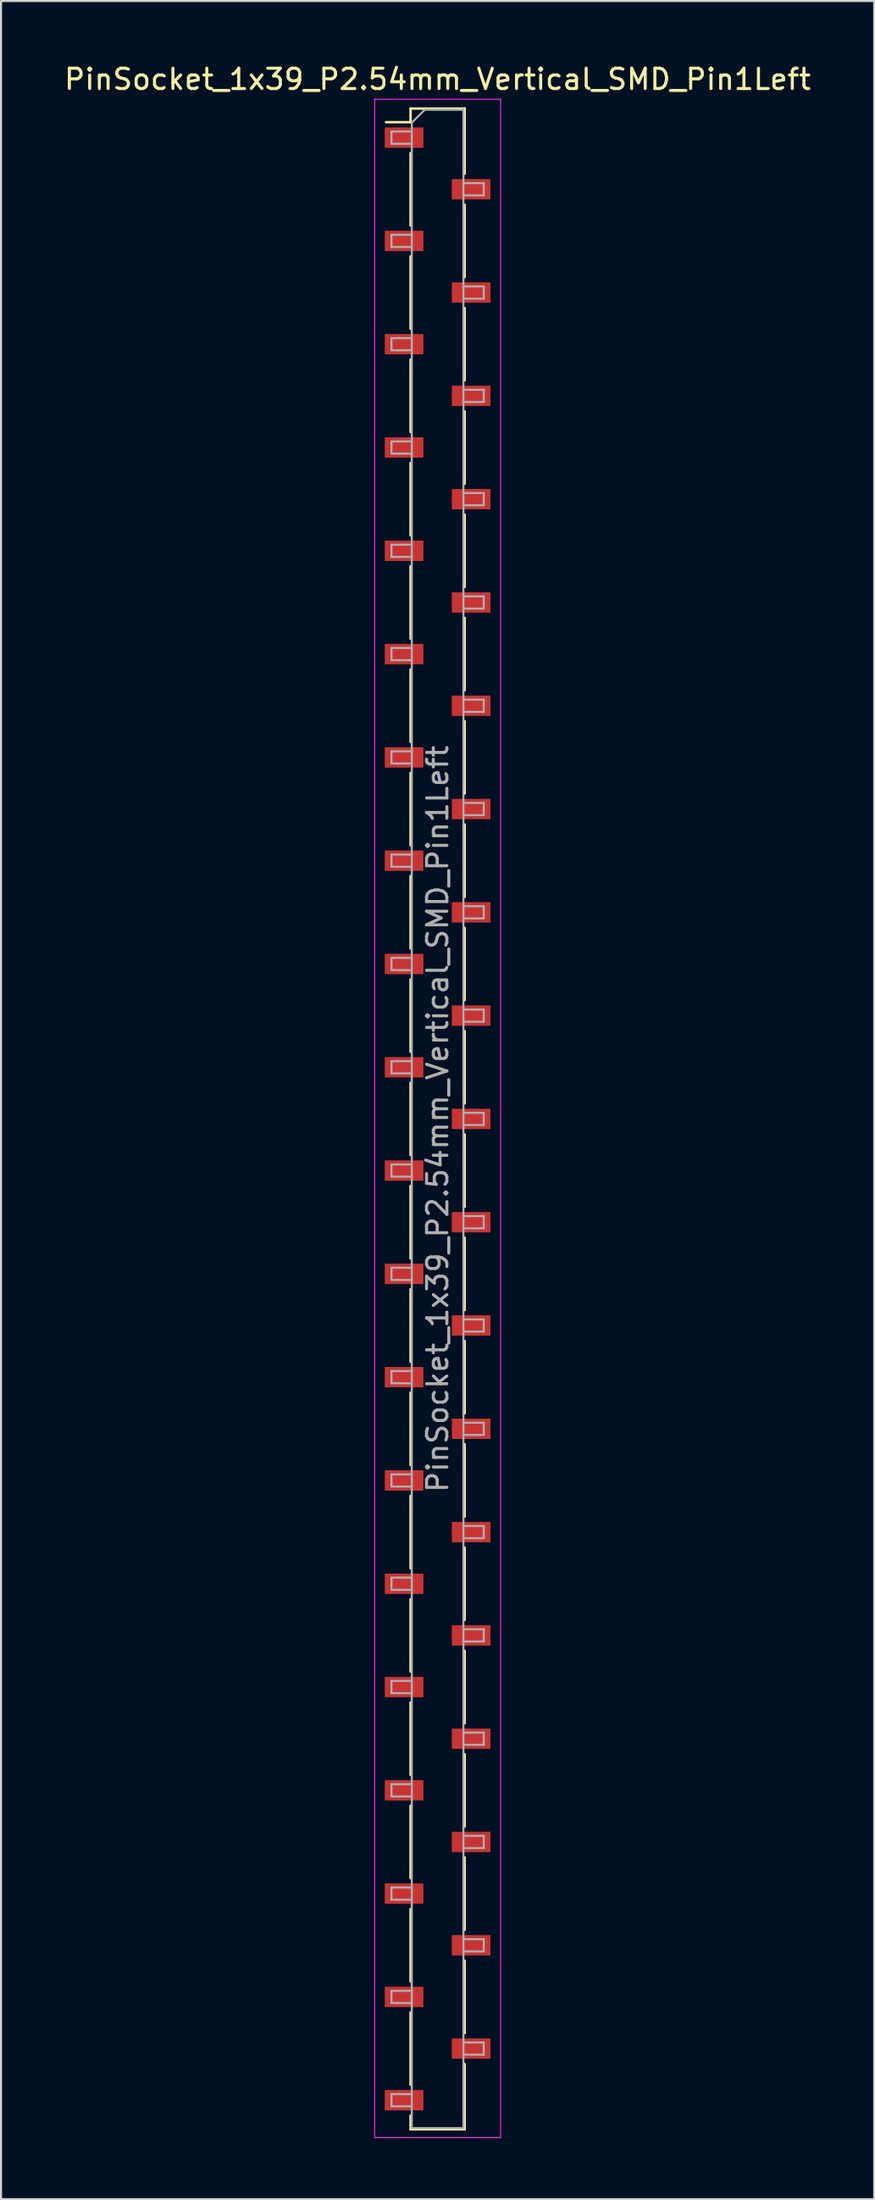
<source format=kicad_pcb>
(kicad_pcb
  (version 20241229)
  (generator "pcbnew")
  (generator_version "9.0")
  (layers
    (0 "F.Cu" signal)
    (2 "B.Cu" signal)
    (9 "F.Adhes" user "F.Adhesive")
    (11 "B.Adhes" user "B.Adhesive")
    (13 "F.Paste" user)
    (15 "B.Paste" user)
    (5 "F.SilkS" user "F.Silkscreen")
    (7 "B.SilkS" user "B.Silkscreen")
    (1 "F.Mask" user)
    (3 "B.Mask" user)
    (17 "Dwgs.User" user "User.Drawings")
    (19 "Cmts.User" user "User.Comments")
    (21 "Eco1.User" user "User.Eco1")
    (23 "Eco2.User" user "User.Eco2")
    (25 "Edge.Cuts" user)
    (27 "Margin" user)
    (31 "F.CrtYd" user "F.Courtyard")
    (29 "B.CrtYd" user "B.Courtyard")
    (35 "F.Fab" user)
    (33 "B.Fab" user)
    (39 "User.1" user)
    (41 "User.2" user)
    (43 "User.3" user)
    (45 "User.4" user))
  (footprint "PinSocket_1x39_P2.54mm_Vertical_SMD_Pin1Left"
    (layer "F.Cu")
    (at 18.482 51.978)
    (property "Reference" "PinSocket_1x39_P2.54mm_Vertical_SMD_Pin1Left" (at 0 -51.13 0) (layer "F.SilkS") (effects (font (size 1 1) (thickness 0.15))))
    (attr smd)
    (fp_line (start -2.54 -49.02) (end -1.33 -49.02) (stroke (width 0.12) (type solid)) (layer "F.SilkS"))
    (fp_line (start -1.33 -49.69) (end -1.33 -49.02) (stroke (width 0.12) (type solid)) (layer "F.SilkS"))
    (fp_line (start -1.33 -49.69) (end 1.33 -49.69) (stroke (width 0.12) (type solid)) (layer "F.SilkS"))
    (fp_line (start -1.33 -47.5) (end -1.33 -43.94) (stroke (width 0.12) (type solid)) (layer "F.SilkS"))
    (fp_line (start -1.33 -42.42) (end -1.33 -38.86) (stroke (width 0.12) (type solid)) (layer "F.SilkS"))
    (fp_line (start -1.33 -37.34) (end -1.33 -33.78) (stroke (width 0.12) (type solid)) (layer "F.SilkS"))
    (fp_line (start -1.33 -32.26) (end -1.33 -28.7) (stroke (width 0.12) (type solid)) (layer "F.SilkS"))
    (fp_line (start -1.33 -27.18) (end -1.33 -23.62) (stroke (width 0.12) (type solid)) (layer "F.SilkS"))
    (fp_line (start -1.33 -22.1) (end -1.33 -18.54) (stroke (width 0.12) (type solid)) (layer "F.SilkS"))
    (fp_line (start -1.33 -17.02) (end -1.33 -13.46) (stroke (width 0.12) (type solid)) (layer "F.SilkS"))
    (fp_line (start -1.33 -11.94) (end -1.33 -8.38) (stroke (width 0.12) (type solid)) (layer "F.SilkS"))
    (fp_line (start -1.33 -6.86) (end -1.33 -3.3) (stroke (width 0.12) (type solid)) (layer "F.SilkS"))
    (fp_line (start -1.33 -1.78) (end -1.33 1.78) (stroke (width 0.12) (type solid)) (layer "F.SilkS"))
    (fp_line (start -1.33 3.3) (end -1.33 6.86) (stroke (width 0.12) (type solid)) (layer "F.SilkS"))
    (fp_line (start -1.33 8.38) (end -1.33 11.94) (stroke (width 0.12) (type solid)) (layer "F.SilkS"))
    (fp_line (start -1.33 13.46) (end -1.33 17.02) (stroke (width 0.12) (type solid)) (layer "F.SilkS"))
    (fp_line (start -1.33 18.54) (end -1.33 22.1) (stroke (width 0.12) (type solid)) (layer "F.SilkS"))
    (fp_line (start -1.33 23.62) (end -1.33 27.18) (stroke (width 0.12) (type solid)) (layer "F.SilkS"))
    (fp_line (start -1.33 28.7) (end -1.33 32.26) (stroke (width 0.12) (type solid)) (layer "F.SilkS"))
    (fp_line (start -1.33 33.78) (end -1.33 37.34) (stroke (width 0.12) (type solid)) (layer "F.SilkS"))
    (fp_line (start -1.33 38.86) (end -1.33 42.42) (stroke (width 0.12) (type solid)) (layer "F.SilkS"))
    (fp_line (start -1.33 43.94) (end -1.33 47.5) (stroke (width 0.12) (type solid)) (layer "F.SilkS"))
    (fp_line (start -1.33 49.02) (end -1.33 49.69) (stroke (width 0.12) (type solid)) (layer "F.SilkS"))
    (fp_line (start -1.33 49.69) (end 1.33 49.69) (stroke (width 0.12) (type solid)) (layer "F.SilkS"))
    (fp_line (start 1.33 -49.69) (end 1.33 -46.48) (stroke (width 0.12) (type solid)) (layer "F.SilkS"))
    (fp_line (start 1.33 -44.96) (end 1.33 -41.4) (stroke (width 0.12) (type solid)) (layer "F.SilkS"))
    (fp_line (start 1.33 -39.88) (end 1.33 -36.32) (stroke (width 0.12) (type solid)) (layer "F.SilkS"))
    (fp_line (start 1.33 -34.8) (end 1.33 -31.24) (stroke (width 0.12) (type solid)) (layer "F.SilkS"))
    (fp_line (start 1.33 -29.72) (end 1.33 -26.16) (stroke (width 0.12) (type solid)) (layer "F.SilkS"))
    (fp_line (start 1.33 -24.64) (end 1.33 -21.08) (stroke (width 0.12) (type solid)) (layer "F.SilkS"))
    (fp_line (start 1.33 -19.56) (end 1.33 -16) (stroke (width 0.12) (type solid)) (layer "F.SilkS"))
    (fp_line (start 1.33 -14.48) (end 1.33 -10.92) (stroke (width 0.12) (type solid)) (layer "F.SilkS"))
    (fp_line (start 1.33 -9.4) (end 1.33 -5.84) (stroke (width 0.12) (type solid)) (layer "F.SilkS"))
    (fp_line (start 1.33 -4.32) (end 1.33 -0.76) (stroke (width 0.12) (type solid)) (layer "F.SilkS"))
    (fp_line (start 1.33 0.76) (end 1.33 4.32) (stroke (width 0.12) (type solid)) (layer "F.SilkS"))
    (fp_line (start 1.33 5.84) (end 1.33 9.4) (stroke (width 0.12) (type solid)) (layer "F.SilkS"))
    (fp_line (start 1.33 10.92) (end 1.33 14.48) (stroke (width 0.12) (type solid)) (layer "F.SilkS"))
    (fp_line (start 1.33 16) (end 1.33 19.56) (stroke (width 0.12) (type solid)) (layer "F.SilkS"))
    (fp_line (start 1.33 21.08) (end 1.33 24.64) (stroke (width 0.12) (type solid)) (layer "F.SilkS"))
    (fp_line (start 1.33 26.16) (end 1.33 29.72) (stroke (width 0.12) (type solid)) (layer "F.SilkS"))
    (fp_line (start 1.33 31.24) (end 1.33 34.8) (stroke (width 0.12) (type solid)) (layer "F.SilkS"))
    (fp_line (start 1.33 36.32) (end 1.33 39.88) (stroke (width 0.12) (type solid)) (layer "F.SilkS"))
    (fp_line (start 1.33 41.4) (end 1.33 44.96) (stroke (width 0.12) (type solid)) (layer "F.SilkS"))
    (fp_line (start 1.33 46.48) (end 1.33 49.69) (stroke (width 0.12) (type solid)) (layer "F.SilkS"))
    (fp_line (start -3.1 -50.15) (end 3.1 -50.15) (stroke (width 0.05) (type solid)) (layer "F.CrtYd"))
    (fp_line (start -3.1 50.1) (end -3.1 -50.15) (stroke (width 0.05) (type solid)) (layer "F.CrtYd"))
    (fp_line (start 3.1 -50.15) (end 3.1 50.1) (stroke (width 0.05) (type solid)) (layer "F.CrtYd"))
    (fp_line (start 3.1 50.1) (end -3.1 50.1) (stroke (width 0.05) (type solid)) (layer "F.CrtYd"))
    (fp_line (start -2.27 -48.56) (end -1.27 -48.56) (stroke (width 0.1) (type solid)) (layer "F.Fab"))
    (fp_line (start -2.27 -47.96) (end -2.27 -48.56) (stroke (width 0.1) (type solid)) (layer "F.Fab"))
    (fp_line (start -2.27 -43.48) (end -1.27 -43.48) (stroke (width 0.1) (type solid)) (layer "F.Fab"))
    (fp_line (start -2.27 -42.88) (end -2.27 -43.48) (stroke (width 0.1) (type solid)) (layer "F.Fab"))
    (fp_line (start -2.27 -38.4) (end -1.27 -38.4) (stroke (width 0.1) (type solid)) (layer "F.Fab"))
    (fp_line (start -2.27 -37.8) (end -2.27 -38.4) (stroke (width 0.1) (type solid)) (layer "F.Fab"))
    (fp_line (start -2.27 -33.32) (end -1.27 -33.32) (stroke (width 0.1) (type solid)) (layer "F.Fab"))
    (fp_line (start -2.27 -32.72) (end -2.27 -33.32) (stroke (width 0.1) (type solid)) (layer "F.Fab"))
    (fp_line (start -2.27 -28.24) (end -1.27 -28.24) (stroke (width 0.1) (type solid)) (layer "F.Fab"))
    (fp_line (start -2.27 -27.64) (end -2.27 -28.24) (stroke (width 0.1) (type solid)) (layer "F.Fab"))
    (fp_line (start -2.27 -23.16) (end -1.27 -23.16) (stroke (width 0.1) (type solid)) (layer "F.Fab"))
    (fp_line (start -2.27 -22.56) (end -2.27 -23.16) (stroke (width 0.1) (type solid)) (layer "F.Fab"))
    (fp_line (start -2.27 -18.08) (end -1.27 -18.08) (stroke (width 0.1) (type solid)) (layer "F.Fab"))
    (fp_line (start -2.27 -17.48) (end -2.27 -18.08) (stroke (width 0.1) (type solid)) (layer "F.Fab"))
    (fp_line (start -2.27 -13) (end -1.27 -13) (stroke (width 0.1) (type solid)) (layer "F.Fab"))
    (fp_line (start -2.27 -12.4) (end -2.27 -13) (stroke (width 0.1) (type solid)) (layer "F.Fab"))
    (fp_line (start -2.27 -7.92) (end -1.27 -7.92) (stroke (width 0.1) (type solid)) (layer "F.Fab"))
    (fp_line (start -2.27 -7.32) (end -2.27 -7.92) (stroke (width 0.1) (type solid)) (layer "F.Fab"))
    (fp_line (start -2.27 -2.84) (end -1.27 -2.84) (stroke (width 0.1) (type solid)) (layer "F.Fab"))
    (fp_line (start -2.27 -2.24) (end -2.27 -2.84) (stroke (width 0.1) (type solid)) (layer "F.Fab"))
    (fp_line (start -2.27 2.24) (end -1.27 2.24) (stroke (width 0.1) (type solid)) (layer "F.Fab"))
    (fp_line (start -2.27 2.84) (end -2.27 2.24) (stroke (width 0.1) (type solid)) (layer "F.Fab"))
    (fp_line (start -2.27 7.32) (end -1.27 7.32) (stroke (width 0.1) (type solid)) (layer "F.Fab"))
    (fp_line (start -2.27 7.92) (end -2.27 7.32) (stroke (width 0.1) (type solid)) (layer "F.Fab"))
    (fp_line (start -2.27 12.4) (end -1.27 12.4) (stroke (width 0.1) (type solid)) (layer "F.Fab"))
    (fp_line (start -2.27 13) (end -2.27 12.4) (stroke (width 0.1) (type solid)) (layer "F.Fab"))
    (fp_line (start -2.27 17.48) (end -1.27 17.48) (stroke (width 0.1) (type solid)) (layer "F.Fab"))
    (fp_line (start -2.27 18.08) (end -2.27 17.48) (stroke (width 0.1) (type solid)) (layer "F.Fab"))
    (fp_line (start -2.27 22.56) (end -1.27 22.56) (stroke (width 0.1) (type solid)) (layer "F.Fab"))
    (fp_line (start -2.27 23.16) (end -2.27 22.56) (stroke (width 0.1) (type solid)) (layer "F.Fab"))
    (fp_line (start -2.27 27.64) (end -1.27 27.64) (stroke (width 0.1) (type solid)) (layer "F.Fab"))
    (fp_line (start -2.27 28.24) (end -2.27 27.64) (stroke (width 0.1) (type solid)) (layer "F.Fab"))
    (fp_line (start -2.27 32.72) (end -1.27 32.72) (stroke (width 0.1) (type solid)) (layer "F.Fab"))
    (fp_line (start -2.27 33.32) (end -2.27 32.72) (stroke (width 0.1) (type solid)) (layer "F.Fab"))
    (fp_line (start -2.27 37.8) (end -1.27 37.8) (stroke (width 0.1) (type solid)) (layer "F.Fab"))
    (fp_line (start -2.27 38.4) (end -2.27 37.8) (stroke (width 0.1) (type solid)) (layer "F.Fab"))
    (fp_line (start -2.27 42.88) (end -1.27 42.88) (stroke (width 0.1) (type solid)) (layer "F.Fab"))
    (fp_line (start -2.27 43.48) (end -2.27 42.88) (stroke (width 0.1) (type solid)) (layer "F.Fab"))
    (fp_line (start -2.27 47.96) (end -1.27 47.96) (stroke (width 0.1) (type solid)) (layer "F.Fab"))
    (fp_line (start -2.27 48.56) (end -2.27 47.96) (stroke (width 0.1) (type solid)) (layer "F.Fab"))
    (fp_line (start -1.27 -48.995) (end -0.635 -49.63) (stroke (width 0.1) (type solid)) (layer "F.Fab"))
    (fp_line (start -1.27 -47.96) (end -2.27 -47.96) (stroke (width 0.1) (type solid)) (layer "F.Fab"))
    (fp_line (start -1.27 -42.88) (end -2.27 -42.88) (stroke (width 0.1) (type solid)) (layer "F.Fab"))
    (fp_line (start -1.27 -37.8) (end -2.27 -37.8) (stroke (width 0.1) (type solid)) (layer "F.Fab"))
    (fp_line (start -1.27 -32.72) (end -2.27 -32.72) (stroke (width 0.1) (type solid)) (layer "F.Fab"))
    (fp_line (start -1.27 -27.64) (end -2.27 -27.64) (stroke (width 0.1) (type solid)) (layer "F.Fab"))
    (fp_line (start -1.27 -22.56) (end -2.27 -22.56) (stroke (width 0.1) (type solid)) (layer "F.Fab"))
    (fp_line (start -1.27 -17.48) (end -2.27 -17.48) (stroke (width 0.1) (type solid)) (layer "F.Fab"))
    (fp_line (start -1.27 -12.4) (end -2.27 -12.4) (stroke (width 0.1) (type solid)) (layer "F.Fab"))
    (fp_line (start -1.27 -7.32) (end -2.27 -7.32) (stroke (width 0.1) (type solid)) (layer "F.Fab"))
    (fp_line (start -1.27 -2.24) (end -2.27 -2.24) (stroke (width 0.1) (type solid)) (layer "F.Fab"))
    (fp_line (start -1.27 2.84) (end -2.27 2.84) (stroke (width 0.1) (type solid)) (layer "F.Fab"))
    (fp_line (start -1.27 7.92) (end -2.27 7.92) (stroke (width 0.1) (type solid)) (layer "F.Fab"))
    (fp_line (start -1.27 13) (end -2.27 13) (stroke (width 0.1) (type solid)) (layer "F.Fab"))
    (fp_line (start -1.27 18.08) (end -2.27 18.08) (stroke (width 0.1) (type solid)) (layer "F.Fab"))
    (fp_line (start -1.27 23.16) (end -2.27 23.16) (stroke (width 0.1) (type solid)) (layer "F.Fab"))
    (fp_line (start -1.27 28.24) (end -2.27 28.24) (stroke (width 0.1) (type solid)) (layer "F.Fab"))
    (fp_line (start -1.27 33.32) (end -2.27 33.32) (stroke (width 0.1) (type solid)) (layer "F.Fab"))
    (fp_line (start -1.27 38.4) (end -2.27 38.4) (stroke (width 0.1) (type solid)) (layer "F.Fab"))
    (fp_line (start -1.27 43.48) (end -2.27 43.48) (stroke (width 0.1) (type solid)) (layer "F.Fab"))
    (fp_line (start -1.27 48.56) (end -2.27 48.56) (stroke (width 0.1) (type solid)) (layer "F.Fab"))
    (fp_line (start -1.27 49.63) (end -1.27 -48.995) (stroke (width 0.1) (type solid)) (layer "F.Fab"))
    (fp_line (start -0.635 -49.63) (end 1.27 -49.63) (stroke (width 0.1) (type solid)) (layer "F.Fab"))
    (fp_line (start 1.27 -49.63) (end 1.27 49.63) (stroke (width 0.1) (type solid)) (layer "F.Fab"))
    (fp_line (start 1.27 -46.02) (end 2.27 -46.02) (stroke (width 0.1) (type solid)) (layer "F.Fab"))
    (fp_line (start 1.27 -40.94) (end 2.27 -40.94) (stroke (width 0.1) (type solid)) (layer "F.Fab"))
    (fp_line (start 1.27 -35.86) (end 2.27 -35.86) (stroke (width 0.1) (type solid)) (layer "F.Fab"))
    (fp_line (start 1.27 -30.78) (end 2.27 -30.78) (stroke (width 0.1) (type solid)) (layer "F.Fab"))
    (fp_line (start 1.27 -25.7) (end 2.27 -25.7) (stroke (width 0.1) (type solid)) (layer "F.Fab"))
    (fp_line (start 1.27 -20.62) (end 2.27 -20.62) (stroke (width 0.1) (type solid)) (layer "F.Fab"))
    (fp_line (start 1.27 -15.54) (end 2.27 -15.54) (stroke (width 0.1) (type solid)) (layer "F.Fab"))
    (fp_line (start 1.27 -10.46) (end 2.27 -10.46) (stroke (width 0.1) (type solid)) (layer "F.Fab"))
    (fp_line (start 1.27 -5.38) (end 2.27 -5.38) (stroke (width 0.1) (type solid)) (layer "F.Fab"))
    (fp_line (start 1.27 -0.3) (end 2.27 -0.3) (stroke (width 0.1) (type solid)) (layer "F.Fab"))
    (fp_line (start 1.27 4.78) (end 2.27 4.78) (stroke (width 0.1) (type solid)) (layer "F.Fab"))
    (fp_line (start 1.27 9.86) (end 2.27 9.86) (stroke (width 0.1) (type solid)) (layer "F.Fab"))
    (fp_line (start 1.27 14.94) (end 2.27 14.94) (stroke (width 0.1) (type solid)) (layer "F.Fab"))
    (fp_line (start 1.27 20.02) (end 2.27 20.02) (stroke (width 0.1) (type solid)) (layer "F.Fab"))
    (fp_line (start 1.27 25.1) (end 2.27 25.1) (stroke (width 0.1) (type solid)) (layer "F.Fab"))
    (fp_line (start 1.27 30.18) (end 2.27 30.18) (stroke (width 0.1) (type solid)) (layer "F.Fab"))
    (fp_line (start 1.27 35.26) (end 2.27 35.26) (stroke (width 0.1) (type solid)) (layer "F.Fab"))
    (fp_line (start 1.27 40.34) (end 2.27 40.34) (stroke (width 0.1) (type solid)) (layer "F.Fab"))
    (fp_line (start 1.27 45.42) (end 2.27 45.42) (stroke (width 0.1) (type solid)) (layer "F.Fab"))
    (fp_line (start 1.27 49.63) (end -1.27 49.63) (stroke (width 0.1) (type solid)) (layer "F.Fab"))
    (fp_line (start 2.27 -46.02) (end 2.27 -45.42) (stroke (width 0.1) (type solid)) (layer "F.Fab"))
    (fp_line (start 2.27 -45.42) (end 1.27 -45.42) (stroke (width 0.1) (type solid)) (layer "F.Fab"))
    (fp_line (start 2.27 -40.94) (end 2.27 -40.34) (stroke (width 0.1) (type solid)) (layer "F.Fab"))
    (fp_line (start 2.27 -40.34) (end 1.27 -40.34) (stroke (width 0.1) (type solid)) (layer "F.Fab"))
    (fp_line (start 2.27 -35.86) (end 2.27 -35.26) (stroke (width 0.1) (type solid)) (layer "F.Fab"))
    (fp_line (start 2.27 -35.26) (end 1.27 -35.26) (stroke (width 0.1) (type solid)) (layer "F.Fab"))
    (fp_line (start 2.27 -30.78) (end 2.27 -30.18) (stroke (width 0.1) (type solid)) (layer "F.Fab"))
    (fp_line (start 2.27 -30.18) (end 1.27 -30.18) (stroke (width 0.1) (type solid)) (layer "F.Fab"))
    (fp_line (start 2.27 -25.7) (end 2.27 -25.1) (stroke (width 0.1) (type solid)) (layer "F.Fab"))
    (fp_line (start 2.27 -25.1) (end 1.27 -25.1) (stroke (width 0.1) (type solid)) (layer "F.Fab"))
    (fp_line (start 2.27 -20.62) (end 2.27 -20.02) (stroke (width 0.1) (type solid)) (layer "F.Fab"))
    (fp_line (start 2.27 -20.02) (end 1.27 -20.02) (stroke (width 0.1) (type solid)) (layer "F.Fab"))
    (fp_line (start 2.27 -15.54) (end 2.27 -14.94) (stroke (width 0.1) (type solid)) (layer "F.Fab"))
    (fp_line (start 2.27 -14.94) (end 1.27 -14.94) (stroke (width 0.1) (type solid)) (layer "F.Fab"))
    (fp_line (start 2.27 -10.46) (end 2.27 -9.86) (stroke (width 0.1) (type solid)) (layer "F.Fab"))
    (fp_line (start 2.27 -9.86) (end 1.27 -9.86) (stroke (width 0.1) (type solid)) (layer "F.Fab"))
    (fp_line (start 2.27 -5.38) (end 2.27 -4.78) (stroke (width 0.1) (type solid)) (layer "F.Fab"))
    (fp_line (start 2.27 -4.78) (end 1.27 -4.78) (stroke (width 0.1) (type solid)) (layer "F.Fab"))
    (fp_line (start 2.27 -0.3) (end 2.27 0.3) (stroke (width 0.1) (type solid)) (layer "F.Fab"))
    (fp_line (start 2.27 0.3) (end 1.27 0.3) (stroke (width 0.1) (type solid)) (layer "F.Fab"))
    (fp_line (start 2.27 4.78) (end 2.27 5.38) (stroke (width 0.1) (type solid)) (layer "F.Fab"))
    (fp_line (start 2.27 5.38) (end 1.27 5.38) (stroke (width 0.1) (type solid)) (layer "F.Fab"))
    (fp_line (start 2.27 9.86) (end 2.27 10.46) (stroke (width 0.1) (type solid)) (layer "F.Fab"))
    (fp_line (start 2.27 10.46) (end 1.27 10.46) (stroke (width 0.1) (type solid)) (layer "F.Fab"))
    (fp_line (start 2.27 14.94) (end 2.27 15.54) (stroke (width 0.1) (type solid)) (layer "F.Fab"))
    (fp_line (start 2.27 15.54) (end 1.27 15.54) (stroke (width 0.1) (type solid)) (layer "F.Fab"))
    (fp_line (start 2.27 20.02) (end 2.27 20.62) (stroke (width 0.1) (type solid)) (layer "F.Fab"))
    (fp_line (start 2.27 20.62) (end 1.27 20.62) (stroke (width 0.1) (type solid)) (layer "F.Fab"))
    (fp_line (start 2.27 25.1) (end 2.27 25.7) (stroke (width 0.1) (type solid)) (layer "F.Fab"))
    (fp_line (start 2.27 25.7) (end 1.27 25.7) (stroke (width 0.1) (type solid)) (layer "F.Fab"))
    (fp_line (start 2.27 30.18) (end 2.27 30.78) (stroke (width 0.1) (type solid)) (layer "F.Fab"))
    (fp_line (start 2.27 30.78) (end 1.27 30.78) (stroke (width 0.1) (type solid)) (layer "F.Fab"))
    (fp_line (start 2.27 35.26) (end 2.27 35.86) (stroke (width 0.1) (type solid)) (layer "F.Fab"))
    (fp_line (start 2.27 35.86) (end 1.27 35.86) (stroke (width 0.1) (type solid)) (layer "F.Fab"))
    (fp_line (start 2.27 40.34) (end 2.27 40.94) (stroke (width 0.1) (type solid)) (layer "F.Fab"))
    (fp_line (start 2.27 40.94) (end 1.27 40.94) (stroke (width 0.1) (type solid)) (layer "F.Fab"))
    (fp_line (start 2.27 45.42) (end 2.27 46.02) (stroke (width 0.1) (type solid)) (layer "F.Fab"))
    (fp_line (start 2.27 46.02) (end 1.27 46.02) (stroke (width 0.1) (type solid)) (layer "F.Fab"))
    (fp_text user "${REFERENCE}" (at 0 0 90) (layer "F.Fab") (effects (font (size 1 1) (thickness 0.15))))
    (pad "1" smd rect (at -1.65 -48.26) (size 1.9 1) (layers "F.Cu" "F.Mask" "F.Paste"))
    (pad "2" smd rect (at 1.65 -45.72) (size 1.9 1) (layers "F.Cu" "F.Mask" "F.Paste"))
    (pad "3" smd rect (at -1.65 -43.18) (size 1.9 1) (layers "F.Cu" "F.Mask" "F.Paste"))
    (pad "4" smd rect (at 1.65 -40.64) (size 1.9 1) (layers "F.Cu" "F.Mask" "F.Paste"))
    (pad "5" smd rect (at -1.65 -38.1) (size 1.9 1) (layers "F.Cu" "F.Mask" "F.Paste"))
    (pad "6" smd rect (at 1.65 -35.56) (size 1.9 1) (layers "F.Cu" "F.Mask" "F.Paste"))
    (pad "7" smd rect (at -1.65 -33.02) (size 1.9 1) (layers "F.Cu" "F.Mask" "F.Paste"))
    (pad "8" smd rect (at 1.65 -30.48) (size 1.9 1) (layers "F.Cu" "F.Mask" "F.Paste"))
    (pad "9" smd rect (at -1.65 -27.94) (size 1.9 1) (layers "F.Cu" "F.Mask" "F.Paste"))
    (pad "10" smd rect (at 1.65 -25.4) (size 1.9 1) (layers "F.Cu" "F.Mask" "F.Paste"))
    (pad "11" smd rect (at -1.65 -22.86) (size 1.9 1) (layers "F.Cu" "F.Mask" "F.Paste"))
    (pad "12" smd rect (at 1.65 -20.32) (size 1.9 1) (layers "F.Cu" "F.Mask" "F.Paste"))
    (pad "13" smd rect (at -1.65 -17.78) (size 1.9 1) (layers "F.Cu" "F.Mask" "F.Paste"))
    (pad "14" smd rect (at 1.65 -15.24) (size 1.9 1) (layers "F.Cu" "F.Mask" "F.Paste"))
    (pad "15" smd rect (at -1.65 -12.7) (size 1.9 1) (layers "F.Cu" "F.Mask" "F.Paste"))
    (pad "16" smd rect (at 1.65 -10.16) (size 1.9 1) (layers "F.Cu" "F.Mask" "F.Paste"))
    (pad "17" smd rect (at -1.65 -7.62) (size 1.9 1) (layers "F.Cu" "F.Mask" "F.Paste"))
    (pad "18" smd rect (at 1.65 -5.08) (size 1.9 1) (layers "F.Cu" "F.Mask" "F.Paste"))
    (pad "19" smd rect (at -1.65 -2.54) (size 1.9 1) (layers "F.Cu" "F.Mask" "F.Paste"))
    (pad "20" smd rect (at 1.65 0) (size 1.9 1) (layers "F.Cu" "F.Mask" "F.Paste"))
    (pad "21" smd rect (at -1.65 2.54) (size 1.9 1) (layers "F.Cu" "F.Mask" "F.Paste"))
    (pad "22" smd rect (at 1.65 5.08) (size 1.9 1) (layers "F.Cu" "F.Mask" "F.Paste"))
    (pad "23" smd rect (at -1.65 7.62) (size 1.9 1) (layers "F.Cu" "F.Mask" "F.Paste"))
    (pad "24" smd rect (at 1.65 10.16) (size 1.9 1) (layers "F.Cu" "F.Mask" "F.Paste"))
    (pad "25" smd rect (at -1.65 12.7) (size 1.9 1) (layers "F.Cu" "F.Mask" "F.Paste"))
    (pad "26" smd rect (at 1.65 15.24) (size 1.9 1) (layers "F.Cu" "F.Mask" "F.Paste"))
    (pad "27" smd rect (at -1.65 17.78) (size 1.9 1) (layers "F.Cu" "F.Mask" "F.Paste"))
    (pad "28" smd rect (at 1.65 20.32) (size 1.9 1) (layers "F.Cu" "F.Mask" "F.Paste"))
    (pad "29" smd rect (at -1.65 22.86) (size 1.9 1) (layers "F.Cu" "F.Mask" "F.Paste"))
    (pad "30" smd rect (at 1.65 25.4) (size 1.9 1) (layers "F.Cu" "F.Mask" "F.Paste"))
    (pad "31" smd rect (at -1.65 27.94) (size 1.9 1) (layers "F.Cu" "F.Mask" "F.Paste"))
    (pad "32" smd rect (at 1.65 30.48) (size 1.9 1) (layers "F.Cu" "F.Mask" "F.Paste"))
    (pad "33" smd rect (at -1.65 33.02) (size 1.9 1) (layers "F.Cu" "F.Mask" "F.Paste"))
    (pad "34" smd rect (at 1.65 35.56) (size 1.9 1) (layers "F.Cu" "F.Mask" "F.Paste"))
    (pad "35" smd rect (at -1.65 38.1) (size 1.9 1) (layers "F.Cu" "F.Mask" "F.Paste"))
    (pad "36" smd rect (at 1.65 40.64) (size 1.9 1) (layers "F.Cu" "F.Mask" "F.Paste"))
    (pad "37" smd rect (at -1.65 43.18) (size 1.9 1) (layers "F.Cu" "F.Mask" "F.Paste"))
    (pad "38" smd rect (at 1.65 45.72) (size 1.9 1) (layers "F.Cu" "F.Mask" "F.Paste"))
    (pad "39" smd rect (at -1.65 48.26) (size 1.9 1) (layers "F.Cu" "F.Mask" "F.Paste")))
  (gr_rect
    (start -3 -3)
    (end 39.964 105.103)
    (stroke (width 0.1) (type default))
    (fill no)
    (layer "Edge.Cuts")))
</source>
